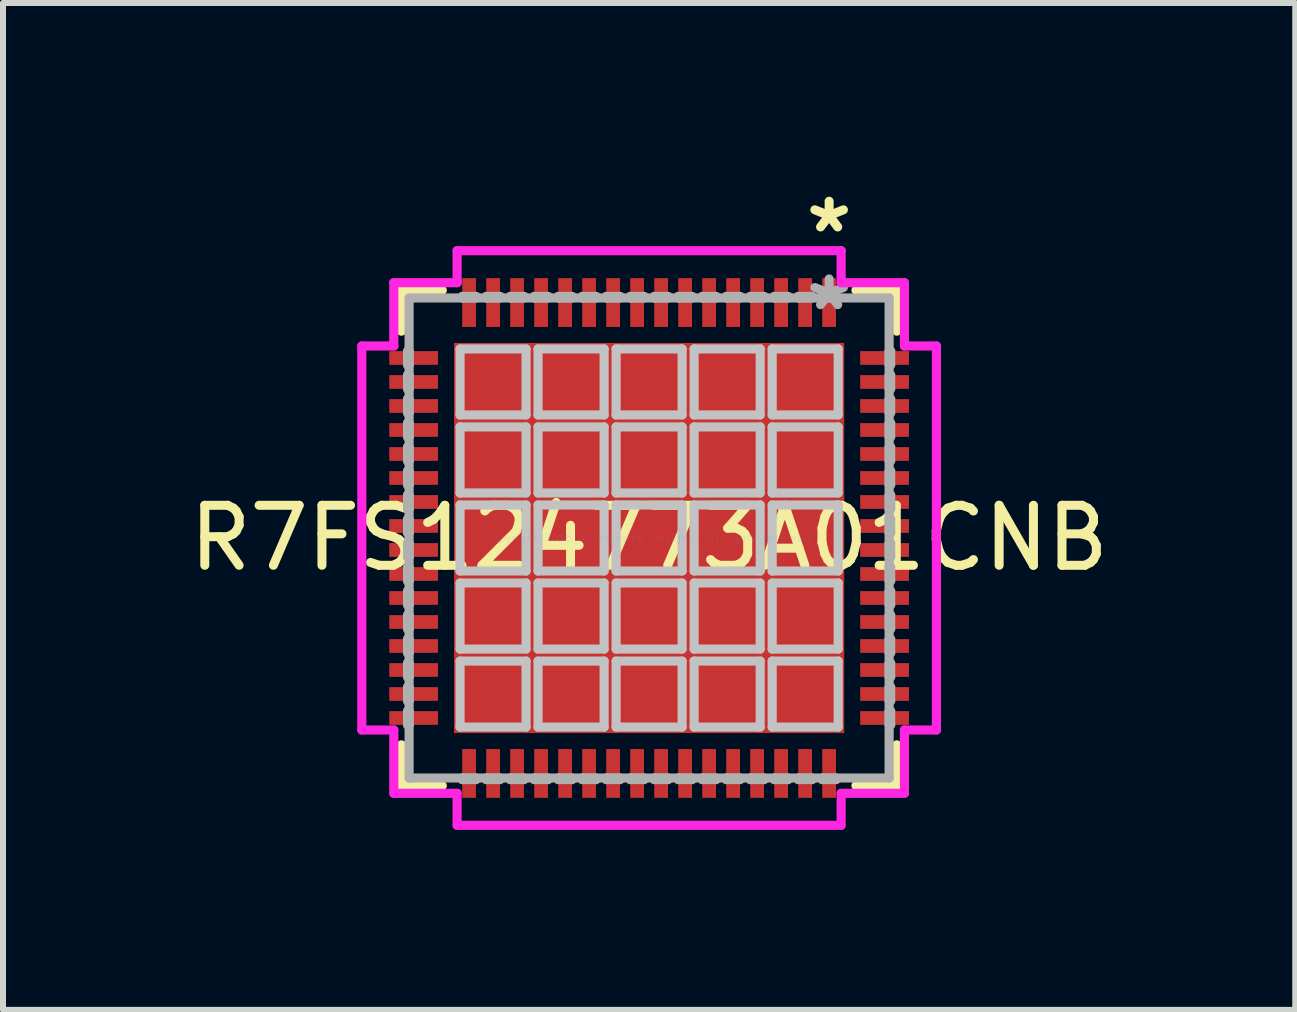
<source format=kicad_pcb>
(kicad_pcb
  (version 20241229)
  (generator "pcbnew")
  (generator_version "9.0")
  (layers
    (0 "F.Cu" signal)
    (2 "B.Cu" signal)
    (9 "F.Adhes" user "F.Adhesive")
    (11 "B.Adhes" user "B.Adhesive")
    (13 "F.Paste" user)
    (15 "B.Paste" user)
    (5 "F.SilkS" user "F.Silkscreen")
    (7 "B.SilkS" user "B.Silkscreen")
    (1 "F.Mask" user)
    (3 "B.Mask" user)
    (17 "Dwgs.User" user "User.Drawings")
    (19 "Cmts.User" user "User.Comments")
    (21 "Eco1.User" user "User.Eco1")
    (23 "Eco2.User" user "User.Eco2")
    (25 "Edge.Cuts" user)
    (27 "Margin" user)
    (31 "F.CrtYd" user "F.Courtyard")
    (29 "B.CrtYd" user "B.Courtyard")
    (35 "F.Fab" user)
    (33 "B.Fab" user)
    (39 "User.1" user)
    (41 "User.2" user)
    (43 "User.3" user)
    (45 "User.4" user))
  (footprint "R7FS124773A01CNB"
    (layer "F.Cu")
    (at 7.768 5.916)
    (property "Reference" "R7FS124773A01CNB" (at 0 0 0) (layer "F.SilkS") (effects (font (size 1 1) (thickness 0.15))))
    (attr through_hole)
    (fp_line (start -4.128 -4.128) (end -4.128 -3.447) (stroke (width 0.152) (type solid)) (layer "F.SilkS"))
    (fp_line (start -4.128 3.447) (end -4.128 4.128) (stroke (width 0.152) (type solid)) (layer "F.SilkS"))
    (fp_line (start -4.128 4.128) (end -3.447 4.128) (stroke (width 0.152) (type solid)) (layer "F.SilkS"))
    (fp_line (start -3.447 -4.128) (end -4.128 -4.128) (stroke (width 0.152) (type solid)) (layer "F.SilkS"))
    (fp_line (start 3.447 4.128) (end 4.128 4.128) (stroke (width 0.152) (type solid)) (layer "F.SilkS"))
    (fp_line (start 4.128 -4.128) (end 3.447 -4.128) (stroke (width 0.152) (type solid)) (layer "F.SilkS"))
    (fp_line (start 4.128 -3.447) (end 4.128 -4.128) (stroke (width 0.152) (type solid)) (layer "F.SilkS"))
    (fp_line (start 4.128 4.128) (end 4.128 3.447) (stroke (width 0.152) (type solid)) (layer "F.SilkS"))
    (fp_line (start -3.151 -3.151) (end -3.151 -2.051) (stroke (width 0.152) (type solid)) (layer "Dwgs.User"))
    (fp_line (start -3.151 -2.051) (end -2.051 -2.051) (stroke (width 0.152) (type solid)) (layer "Dwgs.User"))
    (fp_line (start -3.151 -1.851) (end -3.151 -0.75) (stroke (width 0.152) (type solid)) (layer "Dwgs.User"))
    (fp_line (start -3.151 -0.75) (end -2.051 -0.75) (stroke (width 0.152) (type solid)) (layer "Dwgs.User"))
    (fp_line (start -3.151 -0.55) (end -3.151 0.55) (stroke (width 0.152) (type solid)) (layer "Dwgs.User"))
    (fp_line (start -3.151 0.55) (end -2.051 0.55) (stroke (width 0.152) (type solid)) (layer "Dwgs.User"))
    (fp_line (start -3.151 0.75) (end -3.151 1.851) (stroke (width 0.152) (type solid)) (layer "Dwgs.User"))
    (fp_line (start -3.151 1.851) (end -2.051 1.851) (stroke (width 0.152) (type solid)) (layer "Dwgs.User"))
    (fp_line (start -3.151 2.051) (end -3.151 3.151) (stroke (width 0.152) (type solid)) (layer "Dwgs.User"))
    (fp_line (start -3.151 3.151) (end -2.051 3.151) (stroke (width 0.152) (type solid)) (layer "Dwgs.User"))
    (fp_line (start -2.051 -3.151) (end -3.151 -3.151) (stroke (width 0.152) (type solid)) (layer "Dwgs.User"))
    (fp_line (start -2.051 -2.051) (end -2.051 -3.151) (stroke (width 0.152) (type solid)) (layer "Dwgs.User"))
    (fp_line (start -2.051 -1.851) (end -3.151 -1.851) (stroke (width 0.152) (type solid)) (layer "Dwgs.User"))
    (fp_line (start -2.051 -0.75) (end -2.051 -1.851) (stroke (width 0.152) (type solid)) (layer "Dwgs.User"))
    (fp_line (start -2.051 -0.55) (end -3.151 -0.55) (stroke (width 0.152) (type solid)) (layer "Dwgs.User"))
    (fp_line (start -2.051 0.55) (end -2.051 -0.55) (stroke (width 0.152) (type solid)) (layer "Dwgs.User"))
    (fp_line (start -2.051 0.75) (end -3.151 0.75) (stroke (width 0.152) (type solid)) (layer "Dwgs.User"))
    (fp_line (start -2.051 1.851) (end -2.051 0.75) (stroke (width 0.152) (type solid)) (layer "Dwgs.User"))
    (fp_line (start -2.051 2.051) (end -3.151 2.051) (stroke (width 0.152) (type solid)) (layer "Dwgs.User"))
    (fp_line (start -2.051 3.151) (end -2.051 2.051) (stroke (width 0.152) (type solid)) (layer "Dwgs.User"))
    (fp_line (start -1.851 -3.151) (end -1.851 -2.051) (stroke (width 0.152) (type solid)) (layer "Dwgs.User"))
    (fp_line (start -1.851 -2.051) (end -0.75 -2.051) (stroke (width 0.152) (type solid)) (layer "Dwgs.User"))
    (fp_line (start -1.851 -1.851) (end -1.851 -0.75) (stroke (width 0.152) (type solid)) (layer "Dwgs.User"))
    (fp_line (start -1.851 -0.75) (end -0.75 -0.75) (stroke (width 0.152) (type solid)) (layer "Dwgs.User"))
    (fp_line (start -1.851 -0.55) (end -1.851 0.55) (stroke (width 0.152) (type solid)) (layer "Dwgs.User"))
    (fp_line (start -1.851 0.55) (end -0.75 0.55) (stroke (width 0.152) (type solid)) (layer "Dwgs.User"))
    (fp_line (start -1.851 0.75) (end -1.851 1.851) (stroke (width 0.152) (type solid)) (layer "Dwgs.User"))
    (fp_line (start -1.851 1.851) (end -0.75 1.851) (stroke (width 0.152) (type solid)) (layer "Dwgs.User"))
    (fp_line (start -1.851 2.051) (end -1.851 3.151) (stroke (width 0.152) (type solid)) (layer "Dwgs.User"))
    (fp_line (start -1.851 3.151) (end -0.75 3.151) (stroke (width 0.152) (type solid)) (layer "Dwgs.User"))
    (fp_line (start -0.75 -3.151) (end -1.851 -3.151) (stroke (width 0.152) (type solid)) (layer "Dwgs.User"))
    (fp_line (start -0.75 -2.051) (end -0.75 -3.151) (stroke (width 0.152) (type solid)) (layer "Dwgs.User"))
    (fp_line (start -0.75 -1.851) (end -1.851 -1.851) (stroke (width 0.152) (type solid)) (layer "Dwgs.User"))
    (fp_line (start -0.75 -0.75) (end -0.75 -1.851) (stroke (width 0.152) (type solid)) (layer "Dwgs.User"))
    (fp_line (start -0.75 -0.55) (end -1.851 -0.55) (stroke (width 0.152) (type solid)) (layer "Dwgs.User"))
    (fp_line (start -0.75 0.55) (end -0.75 -0.55) (stroke (width 0.152) (type solid)) (layer "Dwgs.User"))
    (fp_line (start -0.75 0.75) (end -1.851 0.75) (stroke (width 0.152) (type solid)) (layer "Dwgs.User"))
    (fp_line (start -0.75 1.851) (end -0.75 0.75) (stroke (width 0.152) (type solid)) (layer "Dwgs.User"))
    (fp_line (start -0.75 2.051) (end -1.851 2.051) (stroke (width 0.152) (type solid)) (layer "Dwgs.User"))
    (fp_line (start -0.75 3.151) (end -0.75 2.051) (stroke (width 0.152) (type solid)) (layer "Dwgs.User"))
    (fp_line (start -0.55 -3.151) (end -0.55 -2.051) (stroke (width 0.152) (type solid)) (layer "Dwgs.User"))
    (fp_line (start -0.55 -2.051) (end 0.55 -2.051) (stroke (width 0.152) (type solid)) (layer "Dwgs.User"))
    (fp_line (start -0.55 -1.851) (end -0.55 -0.75) (stroke (width 0.152) (type solid)) (layer "Dwgs.User"))
    (fp_line (start -0.55 -0.75) (end 0.55 -0.75) (stroke (width 0.152) (type solid)) (layer "Dwgs.User"))
    (fp_line (start -0.55 -0.55) (end -0.55 0.55) (stroke (width 0.152) (type solid)) (layer "Dwgs.User"))
    (fp_line (start -0.55 0.55) (end 0.55 0.55) (stroke (width 0.152) (type solid)) (layer "Dwgs.User"))
    (fp_line (start -0.55 0.75) (end -0.55 1.851) (stroke (width 0.152) (type solid)) (layer "Dwgs.User"))
    (fp_line (start -0.55 1.851) (end 0.55 1.851) (stroke (width 0.152) (type solid)) (layer "Dwgs.User"))
    (fp_line (start -0.55 2.051) (end -0.55 3.151) (stroke (width 0.152) (type solid)) (layer "Dwgs.User"))
    (fp_line (start -0.55 3.151) (end 0.55 3.151) (stroke (width 0.152) (type solid)) (layer "Dwgs.User"))
    (fp_line (start 0.55 -3.151) (end -0.55 -3.151) (stroke (width 0.152) (type solid)) (layer "Dwgs.User"))
    (fp_line (start 0.55 -2.051) (end 0.55 -3.151) (stroke (width 0.152) (type solid)) (layer "Dwgs.User"))
    (fp_line (start 0.55 -1.851) (end -0.55 -1.851) (stroke (width 0.152) (type solid)) (layer "Dwgs.User"))
    (fp_line (start 0.55 -0.75) (end 0.55 -1.851) (stroke (width 0.152) (type solid)) (layer "Dwgs.User"))
    (fp_line (start 0.55 -0.55) (end -0.55 -0.55) (stroke (width 0.152) (type solid)) (layer "Dwgs.User"))
    (fp_line (start 0.55 0.55) (end 0.55 -0.55) (stroke (width 0.152) (type solid)) (layer "Dwgs.User"))
    (fp_line (start 0.55 0.75) (end -0.55 0.75) (stroke (width 0.152) (type solid)) (layer "Dwgs.User"))
    (fp_line (start 0.55 1.851) (end 0.55 0.75) (stroke (width 0.152) (type solid)) (layer "Dwgs.User"))
    (fp_line (start 0.55 2.051) (end -0.55 2.051) (stroke (width 0.152) (type solid)) (layer "Dwgs.User"))
    (fp_line (start 0.55 3.151) (end 0.55 2.051) (stroke (width 0.152) (type solid)) (layer "Dwgs.User"))
    (fp_line (start 0.75 -3.151) (end 0.75 -2.051) (stroke (width 0.152) (type solid)) (layer "Dwgs.User"))
    (fp_line (start 0.75 -2.051) (end 1.851 -2.051) (stroke (width 0.152) (type solid)) (layer "Dwgs.User"))
    (fp_line (start 0.75 -1.851) (end 0.75 -0.75) (stroke (width 0.152) (type solid)) (layer "Dwgs.User"))
    (fp_line (start 0.75 -0.75) (end 1.851 -0.75) (stroke (width 0.152) (type solid)) (layer "Dwgs.User"))
    (fp_line (start 0.75 -0.55) (end 0.75 0.55) (stroke (width 0.152) (type solid)) (layer "Dwgs.User"))
    (fp_line (start 0.75 0.55) (end 1.851 0.55) (stroke (width 0.152) (type solid)) (layer "Dwgs.User"))
    (fp_line (start 0.75 0.75) (end 0.75 1.851) (stroke (width 0.152) (type solid)) (layer "Dwgs.User"))
    (fp_line (start 0.75 1.851) (end 1.851 1.851) (stroke (width 0.152) (type solid)) (layer "Dwgs.User"))
    (fp_line (start 0.75 2.051) (end 0.75 3.151) (stroke (width 0.152) (type solid)) (layer "Dwgs.User"))
    (fp_line (start 0.75 3.151) (end 1.851 3.151) (stroke (width 0.152) (type solid)) (layer "Dwgs.User"))
    (fp_line (start 1.851 -3.151) (end 0.75 -3.151) (stroke (width 0.152) (type solid)) (layer "Dwgs.User"))
    (fp_line (start 1.851 -2.051) (end 1.851 -3.151) (stroke (width 0.152) (type solid)) (layer "Dwgs.User"))
    (fp_line (start 1.851 -1.851) (end 0.75 -1.851) (stroke (width 0.152) (type solid)) (layer "Dwgs.User"))
    (fp_line (start 1.851 -0.75) (end 1.851 -1.851) (stroke (width 0.152) (type solid)) (layer "Dwgs.User"))
    (fp_line (start 1.851 -0.55) (end 0.75 -0.55) (stroke (width 0.152) (type solid)) (layer "Dwgs.User"))
    (fp_line (start 1.851 0.55) (end 1.851 -0.55) (stroke (width 0.152) (type solid)) (layer "Dwgs.User"))
    (fp_line (start 1.851 0.75) (end 0.75 0.75) (stroke (width 0.152) (type solid)) (layer "Dwgs.User"))
    (fp_line (start 1.851 1.851) (end 1.851 0.75) (stroke (width 0.152) (type solid)) (layer "Dwgs.User"))
    (fp_line (start 1.851 2.051) (end 0.75 2.051) (stroke (width 0.152) (type solid)) (layer "Dwgs.User"))
    (fp_line (start 1.851 3.151) (end 1.851 2.051) (stroke (width 0.152) (type solid)) (layer "Dwgs.User"))
    (fp_line (start 2.051 -3.151) (end 2.051 -2.051) (stroke (width 0.152) (type solid)) (layer "Dwgs.User"))
    (fp_line (start 2.051 -2.051) (end 3.151 -2.051) (stroke (width 0.152) (type solid)) (layer "Dwgs.User"))
    (fp_line (start 2.051 -1.851) (end 2.051 -0.75) (stroke (width 0.152) (type solid)) (layer "Dwgs.User"))
    (fp_line (start 2.051 -0.75) (end 3.151 -0.75) (stroke (width 0.152) (type solid)) (layer "Dwgs.User"))
    (fp_line (start 2.051 -0.55) (end 2.051 0.55) (stroke (width 0.152) (type solid)) (layer "Dwgs.User"))
    (fp_line (start 2.051 0.55) (end 3.151 0.55) (stroke (width 0.152) (type solid)) (layer "Dwgs.User"))
    (fp_line (start 2.051 0.75) (end 2.051 1.851) (stroke (width 0.152) (type solid)) (layer "Dwgs.User"))
    (fp_line (start 2.051 1.851) (end 3.151 1.851) (stroke (width 0.152) (type solid)) (layer "Dwgs.User"))
    (fp_line (start 2.051 2.051) (end 2.051 3.151) (stroke (width 0.152) (type solid)) (layer "Dwgs.User"))
    (fp_line (start 2.051 3.151) (end 3.151 3.151) (stroke (width 0.152) (type solid)) (layer "Dwgs.User"))
    (fp_line (start 3.151 -3.151) (end 2.051 -3.151) (stroke (width 0.152) (type solid)) (layer "Dwgs.User"))
    (fp_line (start 3.151 -2.051) (end 3.151 -3.151) (stroke (width 0.152) (type solid)) (layer "Dwgs.User"))
    (fp_line (start 3.151 -1.851) (end 2.051 -1.851) (stroke (width 0.152) (type solid)) (layer "Dwgs.User"))
    (fp_line (start 3.151 -0.75) (end 3.151 -1.851) (stroke (width 0.152) (type solid)) (layer "Dwgs.User"))
    (fp_line (start 3.151 -0.55) (end 2.051 -0.55) (stroke (width 0.152) (type solid)) (layer "Dwgs.User"))
    (fp_line (start 3.151 0.55) (end 3.151 -0.55) (stroke (width 0.152) (type solid)) (layer "Dwgs.User"))
    (fp_line (start 3.151 0.75) (end 2.051 0.75) (stroke (width 0.152) (type solid)) (layer "Dwgs.User"))
    (fp_line (start 3.151 1.851) (end 3.151 0.75) (stroke (width 0.152) (type solid)) (layer "Dwgs.User"))
    (fp_line (start 3.151 2.051) (end 2.051 2.051) (stroke (width 0.152) (type solid)) (layer "Dwgs.User"))
    (fp_line (start 3.151 3.151) (end 3.151 2.051) (stroke (width 0.152) (type solid)) (layer "Dwgs.User"))
    (fp_line (start -4.788 -3.2) (end -4.255 -3.2) (stroke (width 0.152) (type solid)) (layer "F.CrtYd"))
    (fp_line (start -4.788 3.2) (end -4.788 -3.2) (stroke (width 0.152) (type solid)) (layer "F.CrtYd"))
    (fp_line (start -4.255 -4.255) (end -3.2 -4.255) (stroke (width 0.152) (type solid)) (layer "F.CrtYd"))
    (fp_line (start -4.255 -3.2) (end -4.255 -4.255) (stroke (width 0.152) (type solid)) (layer "F.CrtYd"))
    (fp_line (start -4.255 3.2) (end -4.788 3.2) (stroke (width 0.152) (type solid)) (layer "F.CrtYd"))
    (fp_line (start -4.255 4.255) (end -4.255 3.2) (stroke (width 0.152) (type solid)) (layer "F.CrtYd"))
    (fp_line (start -3.2 -4.788) (end 3.2 -4.788) (stroke (width 0.152) (type solid)) (layer "F.CrtYd"))
    (fp_line (start -3.2 -4.255) (end -3.2 -4.788) (stroke (width 0.152) (type solid)) (layer "F.CrtYd"))
    (fp_line (start -3.2 4.255) (end -4.255 4.255) (stroke (width 0.152) (type solid)) (layer "F.CrtYd"))
    (fp_line (start -3.2 4.788) (end -3.2 4.255) (stroke (width 0.152) (type solid)) (layer "F.CrtYd"))
    (fp_line (start 3.2 -4.788) (end 3.2 -4.255) (stroke (width 0.152) (type solid)) (layer "F.CrtYd"))
    (fp_line (start 3.2 -4.255) (end 4.255 -4.255) (stroke (width 0.152) (type solid)) (layer "F.CrtYd"))
    (fp_line (start 3.2 4.255) (end 3.2 4.788) (stroke (width 0.152) (type solid)) (layer "F.CrtYd"))
    (fp_line (start 3.2 4.788) (end -3.2 4.788) (stroke (width 0.152) (type solid)) (layer "F.CrtYd"))
    (fp_line (start 4.255 -4.255) (end 4.255 -3.2) (stroke (width 0.152) (type solid)) (layer "F.CrtYd"))
    (fp_line (start 4.255 -3.2) (end 4.788 -3.2) (stroke (width 0.152) (type solid)) (layer "F.CrtYd"))
    (fp_line (start 4.255 3.2) (end 4.255 4.255) (stroke (width 0.152) (type solid)) (layer "F.CrtYd"))
    (fp_line (start 4.255 4.255) (end 3.2 4.255) (stroke (width 0.152) (type solid)) (layer "F.CrtYd"))
    (fp_line (start 4.788 -3.2) (end 4.788 3.2) (stroke (width 0.152) (type solid)) (layer "F.CrtYd"))
    (fp_line (start 4.788 3.2) (end 4.255 3.2) (stroke (width 0.152) (type solid)) (layer "F.CrtYd"))
    (fp_line (start -4.026 -3.114) (end -4.026 -2.886) (stroke (width 0.152) (type solid)) (layer "F.Fab"))
    (fp_line (start -4.026 -2.886) (end -4 -2.886) (stroke (width 0.152) (type solid)) (layer "F.Fab"))
    (fp_line (start -4.026 -2.714) (end -4.026 -2.486) (stroke (width 0.152) (type solid)) (layer "F.Fab"))
    (fp_line (start -4.026 -2.486) (end -4 -2.486) (stroke (width 0.152) (type solid)) (layer "F.Fab"))
    (fp_line (start -4.026 -2.314) (end -4.026 -2.086) (stroke (width 0.152) (type solid)) (layer "F.Fab"))
    (fp_line (start -4.026 -2.086) (end -4 -2.086) (stroke (width 0.152) (type solid)) (layer "F.Fab"))
    (fp_line (start -4.026 -1.914) (end -4.026 -1.686) (stroke (width 0.152) (type solid)) (layer "F.Fab"))
    (fp_line (start -4.026 -1.686) (end -4 -1.686) (stroke (width 0.152) (type solid)) (layer "F.Fab"))
    (fp_line (start -4.026 -1.514) (end -4.026 -1.286) (stroke (width 0.152) (type solid)) (layer "F.Fab"))
    (fp_line (start -4.026 -1.286) (end -4 -1.286) (stroke (width 0.152) (type solid)) (layer "F.Fab"))
    (fp_line (start -4.026 -1.114) (end -4.026 -0.886) (stroke (width 0.152) (type solid)) (layer "F.Fab"))
    (fp_line (start -4.026 -0.886) (end -4 -0.886) (stroke (width 0.152) (type solid)) (layer "F.Fab"))
    (fp_line (start -4.026 -0.714) (end -4.026 -0.486) (stroke (width 0.152) (type solid)) (layer "F.Fab"))
    (fp_line (start -4.026 -0.486) (end -4 -0.486) (stroke (width 0.152) (type solid)) (layer "F.Fab"))
    (fp_line (start -4.026 -0.314) (end -4.026 -0.086) (stroke (width 0.152) (type solid)) (layer "F.Fab"))
    (fp_line (start -4.026 -0.086) (end -4 -0.086) (stroke (width 0.152) (type solid)) (layer "F.Fab"))
    (fp_line (start -4.026 0.086) (end -4.026 0.314) (stroke (width 0.152) (type solid)) (layer "F.Fab"))
    (fp_line (start -4.026 0.314) (end -4 0.314) (stroke (width 0.152) (type solid)) (layer "F.Fab"))
    (fp_line (start -4.026 0.486) (end -4.026 0.714) (stroke (width 0.152) (type solid)) (layer "F.Fab"))
    (fp_line (start -4.026 0.714) (end -4 0.714) (stroke (width 0.152) (type solid)) (layer "F.Fab"))
    (fp_line (start -4.026 0.886) (end -4.026 1.114) (stroke (width 0.152) (type solid)) (layer "F.Fab"))
    (fp_line (start -4.026 1.114) (end -4 1.114) (stroke (width 0.152) (type solid)) (layer "F.Fab"))
    (fp_line (start -4.026 1.286) (end -4.026 1.514) (stroke (width 0.152) (type solid)) (layer "F.Fab"))
    (fp_line (start -4.026 1.514) (end -4 1.514) (stroke (width 0.152) (type solid)) (layer "F.Fab"))
    (fp_line (start -4.026 1.686) (end -4.026 1.914) (stroke (width 0.152) (type solid)) (layer "F.Fab"))
    (fp_line (start -4.026 1.914) (end -4 1.914) (stroke (width 0.152) (type solid)) (layer "F.Fab"))
    (fp_line (start -4.026 2.086) (end -4.026 2.314) (stroke (width 0.152) (type solid)) (layer "F.Fab"))
    (fp_line (start -4.026 2.314) (end -4 2.314) (stroke (width 0.152) (type solid)) (layer "F.Fab"))
    (fp_line (start -4.026 2.486) (end -4.026 2.714) (stroke (width 0.152) (type solid)) (layer "F.Fab"))
    (fp_line (start -4.026 2.714) (end -4 2.714) (stroke (width 0.152) (type solid)) (layer "F.Fab"))
    (fp_line (start -4.026 2.886) (end -4.026 3.114) (stroke (width 0.152) (type solid)) (layer "F.Fab"))
    (fp_line (start -4.026 3.114) (end -4 3.114) (stroke (width 0.152) (type solid)) (layer "F.Fab"))
    (fp_line (start -4 -4) (end -4 4) (stroke (width 0.152) (type solid)) (layer "F.Fab"))
    (fp_line (start -4 -3.114) (end -4.026 -3.114) (stroke (width 0.152) (type solid)) (layer "F.Fab"))
    (fp_line (start -4 -2.886) (end -4 -3.114) (stroke (width 0.152) (type solid)) (layer "F.Fab"))
    (fp_line (start -4 -2.714) (end -4.026 -2.714) (stroke (width 0.152) (type solid)) (layer "F.Fab"))
    (fp_line (start -4 -2.486) (end -4 -2.714) (stroke (width 0.152) (type solid)) (layer "F.Fab"))
    (fp_line (start -4 -2.314) (end -4.026 -2.314) (stroke (width 0.152) (type solid)) (layer "F.Fab"))
    (fp_line (start -4 -2.086) (end -4 -2.314) (stroke (width 0.152) (type solid)) (layer "F.Fab"))
    (fp_line (start -4 -1.914) (end -4.026 -1.914) (stroke (width 0.152) (type solid)) (layer "F.Fab"))
    (fp_line (start -4 -1.686) (end -4 -1.914) (stroke (width 0.152) (type solid)) (layer "F.Fab"))
    (fp_line (start -4 -1.514) (end -4.026 -1.514) (stroke (width 0.152) (type solid)) (layer "F.Fab"))
    (fp_line (start -4 -1.286) (end -4 -1.514) (stroke (width 0.152) (type solid)) (layer "F.Fab"))
    (fp_line (start -4 -1.114) (end -4.026 -1.114) (stroke (width 0.152) (type solid)) (layer "F.Fab"))
    (fp_line (start -4 -0.886) (end -4 -1.114) (stroke (width 0.152) (type solid)) (layer "F.Fab"))
    (fp_line (start -4 -0.714) (end -4.026 -0.714) (stroke (width 0.152) (type solid)) (layer "F.Fab"))
    (fp_line (start -4 -0.486) (end -4 -0.714) (stroke (width 0.152) (type solid)) (layer "F.Fab"))
    (fp_line (start -4 -0.314) (end -4.026 -0.314) (stroke (width 0.152) (type solid)) (layer "F.Fab"))
    (fp_line (start -4 -0.086) (end -4 -0.314) (stroke (width 0.152) (type solid)) (layer "F.Fab"))
    (fp_line (start -4 0.086) (end -4.026 0.086) (stroke (width 0.152) (type solid)) (layer "F.Fab"))
    (fp_line (start -4 0.314) (end -4 0.086) (stroke (width 0.152) (type solid)) (layer "F.Fab"))
    (fp_line (start -4 0.486) (end -4.026 0.486) (stroke (width 0.152) (type solid)) (layer "F.Fab"))
    (fp_line (start -4 0.714) (end -4 0.486) (stroke (width 0.152) (type solid)) (layer "F.Fab"))
    (fp_line (start -4 0.886) (end -4.026 0.886) (stroke (width 0.152) (type solid)) (layer "F.Fab"))
    (fp_line (start -4 1.114) (end -4 0.886) (stroke (width 0.152) (type solid)) (layer "F.Fab"))
    (fp_line (start -4 1.286) (end -4.026 1.286) (stroke (width 0.152) (type solid)) (layer "F.Fab"))
    (fp_line (start -4 1.514) (end -4 1.286) (stroke (width 0.152) (type solid)) (layer "F.Fab"))
    (fp_line (start -4 1.686) (end -4.026 1.686) (stroke (width 0.152) (type solid)) (layer "F.Fab"))
    (fp_line (start -4 1.914) (end -4 1.686) (stroke (width 0.152) (type solid)) (layer "F.Fab"))
    (fp_line (start -4 2.086) (end -4.026 2.086) (stroke (width 0.152) (type solid)) (layer "F.Fab"))
    (fp_line (start -4 2.314) (end -4 2.086) (stroke (width 0.152) (type solid)) (layer "F.Fab"))
    (fp_line (start -4 2.486) (end -4.026 2.486) (stroke (width 0.152) (type solid)) (layer "F.Fab"))
    (fp_line (start -4 2.714) (end -4 2.486) (stroke (width 0.152) (type solid)) (layer "F.Fab"))
    (fp_line (start -4 2.886) (end -4.026 2.886) (stroke (width 0.152) (type solid)) (layer "F.Fab"))
    (fp_line (start -4 3.114) (end -4 2.886) (stroke (width 0.152) (type solid)) (layer "F.Fab"))
    (fp_line (start -4 4) (end 4 4) (stroke (width 0.152) (type solid)) (layer "F.Fab"))
    (fp_line (start -3.114 -4.026) (end -3.114 -4) (stroke (width 0.152) (type solid)) (layer "F.Fab"))
    (fp_line (start -3.114 -4) (end -2.886 -4) (stroke (width 0.152) (type solid)) (layer "F.Fab"))
    (fp_line (start -3.114 4) (end -3.114 4.026) (stroke (width 0.152) (type solid)) (layer "F.Fab"))
    (fp_line (start -3.114 4.026) (end -2.886 4.026) (stroke (width 0.152) (type solid)) (layer "F.Fab"))
    (fp_line (start -2.886 -4.026) (end -3.114 -4.026) (stroke (width 0.152) (type solid)) (layer "F.Fab"))
    (fp_line (start -2.886 -4) (end -2.886 -4.026) (stroke (width 0.152) (type solid)) (layer "F.Fab"))
    (fp_line (start -2.886 4) (end -3.114 4) (stroke (width 0.152) (type solid)) (layer "F.Fab"))
    (fp_line (start -2.886 4.026) (end -2.886 4) (stroke (width 0.152) (type solid)) (layer "F.Fab"))
    (fp_line (start -2.714 -4.026) (end -2.714 -4) (stroke (width 0.152) (type solid)) (layer "F.Fab"))
    (fp_line (start -2.714 -4) (end -2.486 -4) (stroke (width 0.152) (type solid)) (layer "F.Fab"))
    (fp_line (start -2.714 4) (end -2.714 4.026) (stroke (width 0.152) (type solid)) (layer "F.Fab"))
    (fp_line (start -2.714 4.026) (end -2.486 4.026) (stroke (width 0.152) (type solid)) (layer "F.Fab"))
    (fp_line (start -2.486 -4.026) (end -2.714 -4.026) (stroke (width 0.152) (type solid)) (layer "F.Fab"))
    (fp_line (start -2.486 -4) (end -2.486 -4.026) (stroke (width 0.152) (type solid)) (layer "F.Fab"))
    (fp_line (start -2.486 4) (end -2.714 4) (stroke (width 0.152) (type solid)) (layer "F.Fab"))
    (fp_line (start -2.486 4.026) (end -2.486 4) (stroke (width 0.152) (type solid)) (layer "F.Fab"))
    (fp_line (start -2.314 -4.026) (end -2.314 -4) (stroke (width 0.152) (type solid)) (layer "F.Fab"))
    (fp_line (start -2.314 -4) (end -2.086 -4) (stroke (width 0.152) (type solid)) (layer "F.Fab"))
    (fp_line (start -2.314 4) (end -2.314 4.026) (stroke (width 0.152) (type solid)) (layer "F.Fab"))
    (fp_line (start -2.314 4.026) (end -2.086 4.026) (stroke (width 0.152) (type solid)) (layer "F.Fab"))
    (fp_line (start -2.086 -4.026) (end -2.314 -4.026) (stroke (width 0.152) (type solid)) (layer "F.Fab"))
    (fp_line (start -2.086 -4) (end -2.086 -4.026) (stroke (width 0.152) (type solid)) (layer "F.Fab"))
    (fp_line (start -2.086 4) (end -2.314 4) (stroke (width 0.152) (type solid)) (layer "F.Fab"))
    (fp_line (start -2.086 4.026) (end -2.086 4) (stroke (width 0.152) (type solid)) (layer "F.Fab"))
    (fp_line (start -1.914 -4.026) (end -1.914 -4) (stroke (width 0.152) (type solid)) (layer "F.Fab"))
    (fp_line (start -1.914 -4) (end -1.686 -4) (stroke (width 0.152) (type solid)) (layer "F.Fab"))
    (fp_line (start -1.914 4) (end -1.914 4.026) (stroke (width 0.152) (type solid)) (layer "F.Fab"))
    (fp_line (start -1.914 4.026) (end -1.686 4.026) (stroke (width 0.152) (type solid)) (layer "F.Fab"))
    (fp_line (start -1.686 -4.026) (end -1.914 -4.026) (stroke (width 0.152) (type solid)) (layer "F.Fab"))
    (fp_line (start -1.686 -4) (end -1.686 -4.026) (stroke (width 0.152) (type solid)) (layer "F.Fab"))
    (fp_line (start -1.686 4) (end -1.914 4) (stroke (width 0.152) (type solid)) (layer "F.Fab"))
    (fp_line (start -1.686 4.026) (end -1.686 4) (stroke (width 0.152) (type solid)) (layer "F.Fab"))
    (fp_line (start -1.514 -4.026) (end -1.514 -4) (stroke (width 0.152) (type solid)) (layer "F.Fab"))
    (fp_line (start -1.514 -4) (end -1.286 -4) (stroke (width 0.152) (type solid)) (layer "F.Fab"))
    (fp_line (start -1.514 4) (end -1.514 4.026) (stroke (width 0.152) (type solid)) (layer "F.Fab"))
    (fp_line (start -1.514 4.026) (end -1.286 4.026) (stroke (width 0.152) (type solid)) (layer "F.Fab"))
    (fp_line (start -1.286 -4.026) (end -1.514 -4.026) (stroke (width 0.152) (type solid)) (layer "F.Fab"))
    (fp_line (start -1.286 -4) (end -1.286 -4.026) (stroke (width 0.152) (type solid)) (layer "F.Fab"))
    (fp_line (start -1.286 4) (end -1.514 4) (stroke (width 0.152) (type solid)) (layer "F.Fab"))
    (fp_line (start -1.286 4.026) (end -1.286 4) (stroke (width 0.152) (type solid)) (layer "F.Fab"))
    (fp_line (start -1.114 -4.026) (end -1.114 -4) (stroke (width 0.152) (type solid)) (layer "F.Fab"))
    (fp_line (start -1.114 -4) (end -0.886 -4) (stroke (width 0.152) (type solid)) (layer "F.Fab"))
    (fp_line (start -1.114 4) (end -1.114 4.026) (stroke (width 0.152) (type solid)) (layer "F.Fab"))
    (fp_line (start -1.114 4.026) (end -0.886 4.026) (stroke (width 0.152) (type solid)) (layer "F.Fab"))
    (fp_line (start -0.886 -4.026) (end -1.114 -4.026) (stroke (width 0.152) (type solid)) (layer "F.Fab"))
    (fp_line (start -0.886 -4) (end -0.886 -4.026) (stroke (width 0.152) (type solid)) (layer "F.Fab"))
    (fp_line (start -0.886 4) (end -1.114 4) (stroke (width 0.152) (type solid)) (layer "F.Fab"))
    (fp_line (start -0.886 4.026) (end -0.886 4) (stroke (width 0.152) (type solid)) (layer "F.Fab"))
    (fp_line (start -0.714 -4.026) (end -0.714 -4) (stroke (width 0.152) (type solid)) (layer "F.Fab"))
    (fp_line (start -0.714 -4) (end -0.486 -4) (stroke (width 0.152) (type solid)) (layer "F.Fab"))
    (fp_line (start -0.714 4) (end -0.714 4.026) (stroke (width 0.152) (type solid)) (layer "F.Fab"))
    (fp_line (start -0.714 4.026) (end -0.486 4.026) (stroke (width 0.152) (type solid)) (layer "F.Fab"))
    (fp_line (start -0.486 -4.026) (end -0.714 -4.026) (stroke (width 0.152) (type solid)) (layer "F.Fab"))
    (fp_line (start -0.486 -4) (end -0.486 -4.026) (stroke (width 0.152) (type solid)) (layer "F.Fab"))
    (fp_line (start -0.486 4) (end -0.714 4) (stroke (width 0.152) (type solid)) (layer "F.Fab"))
    (fp_line (start -0.486 4.026) (end -0.486 4) (stroke (width 0.152) (type solid)) (layer "F.Fab"))
    (fp_line (start -0.314 -4.026) (end -0.314 -4) (stroke (width 0.152) (type solid)) (layer "F.Fab"))
    (fp_line (start -0.314 -4) (end -0.086 -4) (stroke (width 0.152) (type solid)) (layer "F.Fab"))
    (fp_line (start -0.314 4) (end -0.314 4.026) (stroke (width 0.152) (type solid)) (layer "F.Fab"))
    (fp_line (start -0.314 4.026) (end -0.086 4.026) (stroke (width 0.152) (type solid)) (layer "F.Fab"))
    (fp_line (start -0.086 -4.026) (end -0.314 -4.026) (stroke (width 0.152) (type solid)) (layer "F.Fab"))
    (fp_line (start -0.086 -4) (end -0.086 -4.026) (stroke (width 0.152) (type solid)) (layer "F.Fab"))
    (fp_line (start -0.086 4) (end -0.314 4) (stroke (width 0.152) (type solid)) (layer "F.Fab"))
    (fp_line (start -0.086 4.026) (end -0.086 4) (stroke (width 0.152) (type solid)) (layer "F.Fab"))
    (fp_line (start 0.086 -4.026) (end 0.086 -4) (stroke (width 0.152) (type solid)) (layer "F.Fab"))
    (fp_line (start 0.086 -4) (end 0.314 -4) (stroke (width 0.152) (type solid)) (layer "F.Fab"))
    (fp_line (start 0.086 4) (end 0.086 4.026) (stroke (width 0.152) (type solid)) (layer "F.Fab"))
    (fp_line (start 0.086 4.026) (end 0.314 4.026) (stroke (width 0.152) (type solid)) (layer "F.Fab"))
    (fp_line (start 0.314 -4.026) (end 0.086 -4.026) (stroke (width 0.152) (type solid)) (layer "F.Fab"))
    (fp_line (start 0.314 -4) (end 0.314 -4.026) (stroke (width 0.152) (type solid)) (layer "F.Fab"))
    (fp_line (start 0.314 4) (end 0.086 4) (stroke (width 0.152) (type solid)) (layer "F.Fab"))
    (fp_line (start 0.314 4.026) (end 0.314 4) (stroke (width 0.152) (type solid)) (layer "F.Fab"))
    (fp_line (start 0.486 -4.026) (end 0.486 -4) (stroke (width 0.152) (type solid)) (layer "F.Fab"))
    (fp_line (start 0.486 -4) (end 0.714 -4) (stroke (width 0.152) (type solid)) (layer "F.Fab"))
    (fp_line (start 0.486 4) (end 0.486 4.026) (stroke (width 0.152) (type solid)) (layer "F.Fab"))
    (fp_line (start 0.486 4.026) (end 0.714 4.026) (stroke (width 0.152) (type solid)) (layer "F.Fab"))
    (fp_line (start 0.714 -4.026) (end 0.486 -4.026) (stroke (width 0.152) (type solid)) (layer "F.Fab"))
    (fp_line (start 0.714 -4) (end 0.714 -4.026) (stroke (width 0.152) (type solid)) (layer "F.Fab"))
    (fp_line (start 0.714 4) (end 0.486 4) (stroke (width 0.152) (type solid)) (layer "F.Fab"))
    (fp_line (start 0.714 4.026) (end 0.714 4) (stroke (width 0.152) (type solid)) (layer "F.Fab"))
    (fp_line (start 0.886 -4.026) (end 0.886 -4) (stroke (width 0.152) (type solid)) (layer "F.Fab"))
    (fp_line (start 0.886 -4) (end 1.114 -4) (stroke (width 0.152) (type solid)) (layer "F.Fab"))
    (fp_line (start 0.886 4) (end 0.886 4.026) (stroke (width 0.152) (type solid)) (layer "F.Fab"))
    (fp_line (start 0.886 4.026) (end 1.114 4.026) (stroke (width 0.152) (type solid)) (layer "F.Fab"))
    (fp_line (start 1.114 -4.026) (end 0.886 -4.026) (stroke (width 0.152) (type solid)) (layer "F.Fab"))
    (fp_line (start 1.114 -4) (end 1.114 -4.026) (stroke (width 0.152) (type solid)) (layer "F.Fab"))
    (fp_line (start 1.114 4) (end 0.886 4) (stroke (width 0.152) (type solid)) (layer "F.Fab"))
    (fp_line (start 1.114 4.026) (end 1.114 4) (stroke (width 0.152) (type solid)) (layer "F.Fab"))
    (fp_line (start 1.286 -4.026) (end 1.286 -4) (stroke (width 0.152) (type solid)) (layer "F.Fab"))
    (fp_line (start 1.286 -4) (end 1.514 -4) (stroke (width 0.152) (type solid)) (layer "F.Fab"))
    (fp_line (start 1.286 4) (end 1.286 4.026) (stroke (width 0.152) (type solid)) (layer "F.Fab"))
    (fp_line (start 1.286 4.026) (end 1.514 4.026) (stroke (width 0.152) (type solid)) (layer "F.Fab"))
    (fp_line (start 1.514 -4.026) (end 1.286 -4.026) (stroke (width 0.152) (type solid)) (layer "F.Fab"))
    (fp_line (start 1.514 -4) (end 1.514 -4.026) (stroke (width 0.152) (type solid)) (layer "F.Fab"))
    (fp_line (start 1.514 4) (end 1.286 4) (stroke (width 0.152) (type solid)) (layer "F.Fab"))
    (fp_line (start 1.514 4.026) (end 1.514 4) (stroke (width 0.152) (type solid)) (layer "F.Fab"))
    (fp_line (start 1.686 -4.026) (end 1.686 -4) (stroke (width 0.152) (type solid)) (layer "F.Fab"))
    (fp_line (start 1.686 -4) (end 1.914 -4) (stroke (width 0.152) (type solid)) (layer "F.Fab"))
    (fp_line (start 1.686 4) (end 1.686 4.026) (stroke (width 0.152) (type solid)) (layer "F.Fab"))
    (fp_line (start 1.686 4.026) (end 1.914 4.026) (stroke (width 0.152) (type solid)) (layer "F.Fab"))
    (fp_line (start 1.914 -4.026) (end 1.686 -4.026) (stroke (width 0.152) (type solid)) (layer "F.Fab"))
    (fp_line (start 1.914 -4) (end 1.914 -4.026) (stroke (width 0.152) (type solid)) (layer "F.Fab"))
    (fp_line (start 1.914 4) (end 1.686 4) (stroke (width 0.152) (type solid)) (layer "F.Fab"))
    (fp_line (start 1.914 4.026) (end 1.914 4) (stroke (width 0.152) (type solid)) (layer "F.Fab"))
    (fp_line (start 2.086 -4.026) (end 2.086 -4) (stroke (width 0.152) (type solid)) (layer "F.Fab"))
    (fp_line (start 2.086 -4) (end 2.314 -4) (stroke (width 0.152) (type solid)) (layer "F.Fab"))
    (fp_line (start 2.086 4) (end 2.086 4.026) (stroke (width 0.152) (type solid)) (layer "F.Fab"))
    (fp_line (start 2.086 4.026) (end 2.314 4.026) (stroke (width 0.152) (type solid)) (layer "F.Fab"))
    (fp_line (start 2.314 -4.026) (end 2.086 -4.026) (stroke (width 0.152) (type solid)) (layer "F.Fab"))
    (fp_line (start 2.314 -4) (end 2.314 -4.026) (stroke (width 0.152) (type solid)) (layer "F.Fab"))
    (fp_line (start 2.314 4) (end 2.086 4) (stroke (width 0.152) (type solid)) (layer "F.Fab"))
    (fp_line (start 2.314 4.026) (end 2.314 4) (stroke (width 0.152) (type solid)) (layer "F.Fab"))
    (fp_line (start 2.486 -4.026) (end 2.486 -4) (stroke (width 0.152) (type solid)) (layer "F.Fab"))
    (fp_line (start 2.486 -4) (end 2.714 -4) (stroke (width 0.152) (type solid)) (layer "F.Fab"))
    (fp_line (start 2.486 4) (end 2.486 4.026) (stroke (width 0.152) (type solid)) (layer "F.Fab"))
    (fp_line (start 2.486 4.026) (end 2.714 4.026) (stroke (width 0.152) (type solid)) (layer "F.Fab"))
    (fp_line (start 2.714 -4.026) (end 2.486 -4.026) (stroke (width 0.152) (type solid)) (layer "F.Fab"))
    (fp_line (start 2.714 -4) (end 2.714 -4.026) (stroke (width 0.152) (type solid)) (layer "F.Fab"))
    (fp_line (start 2.714 4) (end 2.486 4) (stroke (width 0.152) (type solid)) (layer "F.Fab"))
    (fp_line (start 2.714 4.026) (end 2.714 4) (stroke (width 0.152) (type solid)) (layer "F.Fab"))
    (fp_line (start 2.886 -4.026) (end 2.886 -4) (stroke (width 0.152) (type solid)) (layer "F.Fab"))
    (fp_line (start 2.886 -4) (end 3.114 -4) (stroke (width 0.152) (type solid)) (layer "F.Fab"))
    (fp_line (start 2.886 4) (end 2.886 4.026) (stroke (width 0.152) (type solid)) (layer "F.Fab"))
    (fp_line (start 2.886 4.026) (end 3.114 4.026) (stroke (width 0.152) (type solid)) (layer "F.Fab"))
    (fp_line (start 3.114 -4.026) (end 2.886 -4.026) (stroke (width 0.152) (type solid)) (layer "F.Fab"))
    (fp_line (start 3.114 -4) (end 3.114 -4.026) (stroke (width 0.152) (type solid)) (layer "F.Fab"))
    (fp_line (start 3.114 4) (end 2.886 4) (stroke (width 0.152) (type solid)) (layer "F.Fab"))
    (fp_line (start 3.114 4.026) (end 3.114 4) (stroke (width 0.152) (type solid)) (layer "F.Fab"))
    (fp_line (start 4 -4) (end -4 -4) (stroke (width 0.152) (type solid)) (layer "F.Fab"))
    (fp_line (start 4 -3.114) (end 4 -2.886) (stroke (width 0.152) (type solid)) (layer "F.Fab"))
    (fp_line (start 4 -2.886) (end 4.026 -2.886) (stroke (width 0.152) (type solid)) (layer "F.Fab"))
    (fp_line (start 4 -2.714) (end 4 -2.486) (stroke (width 0.152) (type solid)) (layer "F.Fab"))
    (fp_line (start 4 -2.486) (end 4.026 -2.486) (stroke (width 0.152) (type solid)) (layer "F.Fab"))
    (fp_line (start 4 -2.314) (end 4 -2.086) (stroke (width 0.152) (type solid)) (layer "F.Fab"))
    (fp_line (start 4 -2.086) (end 4.026 -2.086) (stroke (width 0.152) (type solid)) (layer "F.Fab"))
    (fp_line (start 4 -1.914) (end 4 -1.686) (stroke (width 0.152) (type solid)) (layer "F.Fab"))
    (fp_line (start 4 -1.686) (end 4.026 -1.686) (stroke (width 0.152) (type solid)) (layer "F.Fab"))
    (fp_line (start 4 -1.514) (end 4 -1.286) (stroke (width 0.152) (type solid)) (layer "F.Fab"))
    (fp_line (start 4 -1.286) (end 4.026 -1.286) (stroke (width 0.152) (type solid)) (layer "F.Fab"))
    (fp_line (start 4 -1.114) (end 4 -0.886) (stroke (width 0.152) (type solid)) (layer "F.Fab"))
    (fp_line (start 4 -0.886) (end 4.026 -0.886) (stroke (width 0.152) (type solid)) (layer "F.Fab"))
    (fp_line (start 4 -0.714) (end 4 -0.486) (stroke (width 0.152) (type solid)) (layer "F.Fab"))
    (fp_line (start 4 -0.486) (end 4.026 -0.486) (stroke (width 0.152) (type solid)) (layer "F.Fab"))
    (fp_line (start 4 -0.314) (end 4 -0.086) (stroke (width 0.152) (type solid)) (layer "F.Fab"))
    (fp_line (start 4 -0.086) (end 4.026 -0.086) (stroke (width 0.152) (type solid)) (layer "F.Fab"))
    (fp_line (start 4 0.086) (end 4 0.314) (stroke (width 0.152) (type solid)) (layer "F.Fab"))
    (fp_line (start 4 0.314) (end 4.026 0.314) (stroke (width 0.152) (type solid)) (layer "F.Fab"))
    (fp_line (start 4 0.486) (end 4 0.714) (stroke (width 0.152) (type solid)) (layer "F.Fab"))
    (fp_line (start 4 0.714) (end 4.026 0.714) (stroke (width 0.152) (type solid)) (layer "F.Fab"))
    (fp_line (start 4 0.886) (end 4 1.114) (stroke (width 0.152) (type solid)) (layer "F.Fab"))
    (fp_line (start 4 1.114) (end 4.026 1.114) (stroke (width 0.152) (type solid)) (layer "F.Fab"))
    (fp_line (start 4 1.286) (end 4 1.514) (stroke (width 0.152) (type solid)) (layer "F.Fab"))
    (fp_line (start 4 1.514) (end 4.026 1.514) (stroke (width 0.152) (type solid)) (layer "F.Fab"))
    (fp_line (start 4 1.686) (end 4 1.914) (stroke (width 0.152) (type solid)) (layer "F.Fab"))
    (fp_line (start 4 1.914) (end 4.026 1.914) (stroke (width 0.152) (type solid)) (layer "F.Fab"))
    (fp_line (start 4 2.086) (end 4 2.314) (stroke (width 0.152) (type solid)) (layer "F.Fab"))
    (fp_line (start 4 2.314) (end 4.026 2.314) (stroke (width 0.152) (type solid)) (layer "F.Fab"))
    (fp_line (start 4 2.486) (end 4 2.714) (stroke (width 0.152) (type solid)) (layer "F.Fab"))
    (fp_line (start 4 2.714) (end 4.026 2.714) (stroke (width 0.152) (type solid)) (layer "F.Fab"))
    (fp_line (start 4 2.886) (end 4 3.114) (stroke (width 0.152) (type solid)) (layer "F.Fab"))
    (fp_line (start 4 3.114) (end 4.026 3.114) (stroke (width 0.152) (type solid)) (layer "F.Fab"))
    (fp_line (start 4 4) (end 4 -4) (stroke (width 0.152) (type solid)) (layer "F.Fab"))
    (fp_line (start 4.026 -3.114) (end 4 -3.114) (stroke (width 0.152) (type solid)) (layer "F.Fab"))
    (fp_line (start 4.026 -2.886) (end 4.026 -3.114) (stroke (width 0.152) (type solid)) (layer "F.Fab"))
    (fp_line (start 4.026 -2.714) (end 4 -2.714) (stroke (width 0.152) (type solid)) (layer "F.Fab"))
    (fp_line (start 4.026 -2.486) (end 4.026 -2.714) (stroke (width 0.152) (type solid)) (layer "F.Fab"))
    (fp_line (start 4.026 -2.314) (end 4 -2.314) (stroke (width 0.152) (type solid)) (layer "F.Fab"))
    (fp_line (start 4.026 -2.086) (end 4.026 -2.314) (stroke (width 0.152) (type solid)) (layer "F.Fab"))
    (fp_line (start 4.026 -1.914) (end 4 -1.914) (stroke (width 0.152) (type solid)) (layer "F.Fab"))
    (fp_line (start 4.026 -1.686) (end 4.026 -1.914) (stroke (width 0.152) (type solid)) (layer "F.Fab"))
    (fp_line (start 4.026 -1.514) (end 4 -1.514) (stroke (width 0.152) (type solid)) (layer "F.Fab"))
    (fp_line (start 4.026 -1.286) (end 4.026 -1.514) (stroke (width 0.152) (type solid)) (layer "F.Fab"))
    (fp_line (start 4.026 -1.114) (end 4 -1.114) (stroke (width 0.152) (type solid)) (layer "F.Fab"))
    (fp_line (start 4.026 -0.886) (end 4.026 -1.114) (stroke (width 0.152) (type solid)) (layer "F.Fab"))
    (fp_line (start 4.026 -0.714) (end 4 -0.714) (stroke (width 0.152) (type solid)) (layer "F.Fab"))
    (fp_line (start 4.026 -0.486) (end 4.026 -0.714) (stroke (width 0.152) (type solid)) (layer "F.Fab"))
    (fp_line (start 4.026 -0.314) (end 4 -0.314) (stroke (width 0.152) (type solid)) (layer "F.Fab"))
    (fp_line (start 4.026 -0.086) (end 4.026 -0.314) (stroke (width 0.152) (type solid)) (layer "F.Fab"))
    (fp_line (start 4.026 0.086) (end 4 0.086) (stroke (width 0.152) (type solid)) (layer "F.Fab"))
    (fp_line (start 4.026 0.314) (end 4.026 0.086) (stroke (width 0.152) (type solid)) (layer "F.Fab"))
    (fp_line (start 4.026 0.486) (end 4 0.486) (stroke (width 0.152) (type solid)) (layer "F.Fab"))
    (fp_line (start 4.026 0.714) (end 4.026 0.486) (stroke (width 0.152) (type solid)) (layer "F.Fab"))
    (fp_line (start 4.026 0.886) (end 4 0.886) (stroke (width 0.152) (type solid)) (layer "F.Fab"))
    (fp_line (start 4.026 1.114) (end 4.026 0.886) (stroke (width 0.152) (type solid)) (layer "F.Fab"))
    (fp_line (start 4.026 1.286) (end 4 1.286) (stroke (width 0.152) (type solid)) (layer "F.Fab"))
    (fp_line (start 4.026 1.514) (end 4.026 1.286) (stroke (width 0.152) (type solid)) (layer "F.Fab"))
    (fp_line (start 4.026 1.686) (end 4 1.686) (stroke (width 0.152) (type solid)) (layer "F.Fab"))
    (fp_line (start 4.026 1.914) (end 4.026 1.686) (stroke (width 0.152) (type solid)) (layer "F.Fab"))
    (fp_line (start 4.026 2.086) (end 4 2.086) (stroke (width 0.152) (type solid)) (layer "F.Fab"))
    (fp_line (start 4.026 2.314) (end 4.026 2.086) (stroke (width 0.152) (type solid)) (layer "F.Fab"))
    (fp_line (start 4.026 2.486) (end 4 2.486) (stroke (width 0.152) (type solid)) (layer "F.Fab"))
    (fp_line (start 4.026 2.714) (end 4.026 2.486) (stroke (width 0.152) (type solid)) (layer "F.Fab"))
    (fp_line (start 4.026 2.886) (end 4 2.886) (stroke (width 0.152) (type solid)) (layer "F.Fab"))
    (fp_line (start 4.026 3.114) (end 4.026 2.886) (stroke (width 0.152) (type solid)) (layer "F.Fab"))
    (fp_text user "*" (at 3 -5.067 0) (layer "F.SilkS") (effects (font (size 1 1) (thickness 0.15))))
    (fp_text user "Copyright 2016 Accelerated Designs. All rights reserved." (at 0 0 0) (layer "Cmts.User") (effects (font (size 0.127 0.127) (thickness 0.002))))
    (fp_text user "*" (at 3 -3.772 0) (layer "F.Fab") (effects (font (size 1 1) (thickness 0.15))))
    (pad "1" smd rect (at 3 -3.924) (size 0.229 0.813) (layers "F.Cu" "F.Mask" "F.Paste"))
    (pad "2" smd rect (at 2.6 -3.924) (size 0.229 0.813) (layers "F.Cu" "F.Mask" "F.Paste"))
    (pad "3" smd rect (at 2.2 -3.924) (size 0.229 0.813) (layers "F.Cu" "F.Mask" "F.Paste"))
    (pad "4" smd rect (at 1.8 -3.924) (size 0.229 0.813) (layers "F.Cu" "F.Mask" "F.Paste"))
    (pad "5" smd rect (at 1.4 -3.924) (size 0.229 0.813) (layers "F.Cu" "F.Mask" "F.Paste"))
    (pad "6" smd rect (at 1 -3.924) (size 0.229 0.813) (layers "F.Cu" "F.Mask" "F.Paste"))
    (pad "7" smd rect (at 0.6 -3.924) (size 0.229 0.813) (layers "F.Cu" "F.Mask" "F.Paste"))
    (pad "8" smd rect (at 0.2 -3.924) (size 0.229 0.813) (layers "F.Cu" "F.Mask" "F.Paste"))
    (pad "9" smd rect (at -0.2 -3.924) (size 0.229 0.813) (layers "F.Cu" "F.Mask" "F.Paste"))
    (pad "10" smd rect (at -0.6 -3.924) (size 0.229 0.813) (layers "F.Cu" "F.Mask" "F.Paste"))
    (pad "11" smd rect (at -1 -3.924) (size 0.229 0.813) (layers "F.Cu" "F.Mask" "F.Paste"))
    (pad "12" smd rect (at -1.4 -3.924) (size 0.229 0.813) (layers "F.Cu" "F.Mask" "F.Paste"))
    (pad "13" smd rect (at -1.8 -3.924) (size 0.229 0.813) (layers "F.Cu" "F.Mask" "F.Paste"))
    (pad "14" smd rect (at -2.2 -3.924) (size 0.229 0.813) (layers "F.Cu" "F.Mask" "F.Paste"))
    (pad "15" smd rect (at -2.6 -3.924) (size 0.229 0.813) (layers "F.Cu" "F.Mask" "F.Paste"))
    (pad "16" smd rect (at -3 -3.924) (size 0.229 0.813) (layers "F.Cu" "F.Mask" "F.Paste"))
    (pad "17" smd rect (at -3.924 -3 90) (size 0.229 0.813) (layers "F.Cu" "F.Mask" "F.Paste"))
    (pad "18" smd rect (at -3.924 -2.6 90) (size 0.229 0.813) (layers "F.Cu" "F.Mask" "F.Paste"))
    (pad "19" smd rect (at -3.924 -2.2 90) (size 0.229 0.813) (layers "F.Cu" "F.Mask" "F.Paste"))
    (pad "20" smd rect (at -3.924 -1.8 90) (size 0.229 0.813) (layers "F.Cu" "F.Mask" "F.Paste"))
    (pad "21" smd rect (at -3.924 -1.4 90) (size 0.229 0.813) (layers "F.Cu" "F.Mask" "F.Paste"))
    (pad "22" smd rect (at -3.924 -1 90) (size 0.229 0.813) (layers "F.Cu" "F.Mask" "F.Paste"))
    (pad "23" smd rect (at -3.924 -0.6 90) (size 0.229 0.813) (layers "F.Cu" "F.Mask" "F.Paste"))
    (pad "24" smd rect (at -3.924 -0.2 90) (size 0.229 0.813) (layers "F.Cu" "F.Mask" "F.Paste"))
    (pad "25" smd rect (at -3.924 0.2 90) (size 0.229 0.813) (layers "F.Cu" "F.Mask" "F.Paste"))
    (pad "26" smd rect (at -3.924 0.6 90) (size 0.229 0.813) (layers "F.Cu" "F.Mask" "F.Paste"))
    (pad "27" smd rect (at -3.924 1 90) (size 0.229 0.813) (layers "F.Cu" "F.Mask" "F.Paste"))
    (pad "28" smd rect (at -3.924 1.4 90) (size 0.229 0.813) (layers "F.Cu" "F.Mask" "F.Paste"))
    (pad "29" smd rect (at -3.924 1.8 90) (size 0.229 0.813) (layers "F.Cu" "F.Mask" "F.Paste"))
    (pad "30" smd rect (at -3.924 2.2 90) (size 0.229 0.813) (layers "F.Cu" "F.Mask" "F.Paste"))
    (pad "31" smd rect (at -3.924 2.6 90) (size 0.229 0.813) (layers "F.Cu" "F.Mask" "F.Paste"))
    (pad "32" smd rect (at -3.924 3 90) (size 0.229 0.813) (layers "F.Cu" "F.Mask" "F.Paste"))
    (pad "33" smd rect (at -3 3.924) (size 0.229 0.813) (layers "F.Cu" "F.Mask" "F.Paste"))
    (pad "34" smd rect (at -2.6 3.924) (size 0.229 0.813) (layers "F.Cu" "F.Mask" "F.Paste"))
    (pad "35" smd rect (at -2.2 3.924) (size 0.229 0.813) (layers "F.Cu" "F.Mask" "F.Paste"))
    (pad "36" smd rect (at -1.8 3.924) (size 0.229 0.813) (layers "F.Cu" "F.Mask" "F.Paste"))
    (pad "37" smd rect (at -1.4 3.924) (size 0.229 0.813) (layers "F.Cu" "F.Mask" "F.Paste"))
    (pad "38" smd rect (at -1 3.924) (size 0.229 0.813) (layers "F.Cu" "F.Mask" "F.Paste"))
    (pad "39" smd rect (at -0.6 3.924) (size 0.229 0.813) (layers "F.Cu" "F.Mask" "F.Paste"))
    (pad "40" smd rect (at -0.2 3.924) (size 0.229 0.813) (layers "F.Cu" "F.Mask" "F.Paste"))
    (pad "41" smd rect (at 0.2 3.924) (size 0.229 0.813) (layers "F.Cu" "F.Mask" "F.Paste"))
    (pad "42" smd rect (at 0.6 3.924) (size 0.229 0.813) (layers "F.Cu" "F.Mask" "F.Paste"))
    (pad "43" smd rect (at 1 3.924) (size 0.229 0.813) (layers "F.Cu" "F.Mask" "F.Paste"))
    (pad "44" smd rect (at 1.4 3.924) (size 0.229 0.813) (layers "F.Cu" "F.Mask" "F.Paste"))
    (pad "45" smd rect (at 1.8 3.924) (size 0.229 0.813) (layers "F.Cu" "F.Mask" "F.Paste"))
    (pad "46" smd rect (at 2.2 3.924) (size 0.229 0.813) (layers "F.Cu" "F.Mask" "F.Paste"))
    (pad "47" smd rect (at 2.6 3.924) (size 0.229 0.813) (layers "F.Cu" "F.Mask" "F.Paste"))
    (pad "48" smd rect (at 3 3.924) (size 0.229 0.813) (layers "F.Cu" "F.Mask" "F.Paste"))
    (pad "49" smd rect (at 3.924 3 90) (size 0.229 0.813) (layers "F.Cu" "F.Mask" "F.Paste"))
    (pad "50" smd rect (at 3.924 2.6 90) (size 0.229 0.813) (layers "F.Cu" "F.Mask" "F.Paste"))
    (pad "51" smd rect (at 3.924 2.2 90) (size 0.229 0.813) (layers "F.Cu" "F.Mask" "F.Paste"))
    (pad "52" smd rect (at 3.924 1.8 90) (size 0.229 0.813) (layers "F.Cu" "F.Mask" "F.Paste"))
    (pad "53" smd rect (at 3.924 1.4 90) (size 0.229 0.813) (layers "F.Cu" "F.Mask" "F.Paste"))
    (pad "54" smd rect (at 3.924 1 90) (size 0.229 0.813) (layers "F.Cu" "F.Mask" "F.Paste"))
    (pad "55" smd rect (at 3.924 0.6 90) (size 0.229 0.813) (layers "F.Cu" "F.Mask" "F.Paste"))
    (pad "56" smd rect (at 3.924 0.2 90) (size 0.229 0.813) (layers "F.Cu" "F.Mask" "F.Paste"))
    (pad "57" smd rect (at 3.924 -0.2 90) (size 0.229 0.813) (layers "F.Cu" "F.Mask" "F.Paste"))
    (pad "58" smd rect (at 3.924 -0.6 90) (size 0.229 0.813) (layers "F.Cu" "F.Mask" "F.Paste"))
    (pad "59" smd rect (at 3.924 -1 90) (size 0.229 0.813) (layers "F.Cu" "F.Mask" "F.Paste"))
    (pad "60" smd rect (at 3.924 -1.4 90) (size 0.229 0.813) (layers "F.Cu" "F.Mask" "F.Paste"))
    (pad "61" smd rect (at 3.924 -1.8 90) (size 0.229 0.813) (layers "F.Cu" "F.Mask" "F.Paste"))
    (pad "62" smd rect (at 3.924 -2.2 90) (size 0.229 0.813) (layers "F.Cu" "F.Mask" "F.Paste"))
    (pad "63" smd rect (at 3.924 -2.6 90) (size 0.229 0.813) (layers "F.Cu" "F.Mask" "F.Paste"))
    (pad "64" smd rect (at 3.924 -3 90) (size 0.229 0.813) (layers "F.Cu" "F.Mask" "F.Paste"))
    (pad "HTAB" smd rect (at 0 0) (size 6.502 6.502) (layers "F.Cu" "F.Mask" "F.Paste")))
  (gr_rect
    (start -3 -3)
    (end 18.536 13.78)
    (stroke (width 0.1) (type default))
    (fill no)
    (layer "Edge.Cuts")))
</source>
